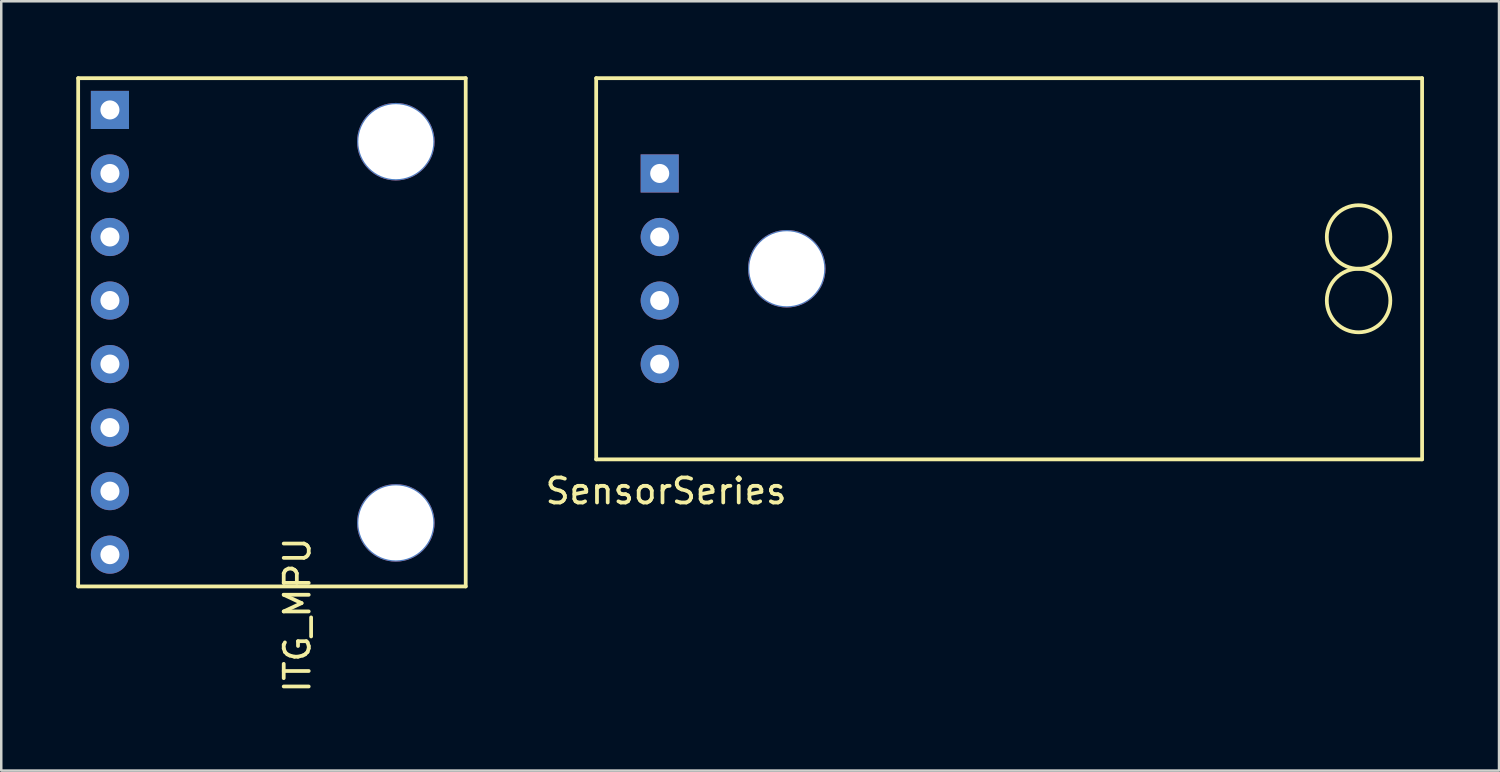
<source format=kicad_pcb>
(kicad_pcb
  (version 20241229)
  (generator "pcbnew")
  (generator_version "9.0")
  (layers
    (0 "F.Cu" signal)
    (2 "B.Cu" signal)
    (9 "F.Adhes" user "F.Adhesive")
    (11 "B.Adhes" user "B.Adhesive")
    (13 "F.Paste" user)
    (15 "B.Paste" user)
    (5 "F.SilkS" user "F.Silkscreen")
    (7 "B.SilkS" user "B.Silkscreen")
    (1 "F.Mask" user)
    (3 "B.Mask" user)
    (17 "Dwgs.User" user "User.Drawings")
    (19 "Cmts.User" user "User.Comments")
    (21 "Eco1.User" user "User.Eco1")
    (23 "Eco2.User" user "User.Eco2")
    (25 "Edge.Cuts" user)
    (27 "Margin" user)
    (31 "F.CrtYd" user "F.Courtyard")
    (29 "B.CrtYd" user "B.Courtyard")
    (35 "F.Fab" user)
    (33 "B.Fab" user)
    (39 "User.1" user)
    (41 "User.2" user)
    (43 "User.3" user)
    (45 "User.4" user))
  (footprint "SensorSeries"
    (layer "F.Cu")
    (at 23.325 8.965)
    (property "Reference" "SensorSeries" (at 0.254 7.62 0) (layer "F.SilkS") (effects (font (size 1 1) (thickness 0.15))))
    (attr through_hole)
    (fp_line (start -2.54 -8.89) (end -2.54 6.35) (stroke (width 0.15) (type solid)) (layer "F.SilkS"))
    (fp_line (start -2.54 6.35) (end 30.48 6.35) (stroke (width 0.15) (type solid)) (layer "F.SilkS"))
    (fp_line (start 30.48 -8.89) (end -2.54 -8.89) (stroke (width 0.15) (type solid)) (layer "F.SilkS"))
    (fp_line (start 30.48 6.35) (end 30.48 -8.89) (stroke (width 0.15) (type solid)) (layer "F.SilkS"))
    (fp_circle (center 27.94 -2.54) (end 27.94 -3.81) (stroke (width 0.15) (type solid)) (fill no) (layer "F.SilkS"))
    (fp_circle (center 27.94 0) (end 27.94 -1.27) (stroke (width 0.15) (type solid)) (fill no) (layer "F.SilkS"))
    (pad "" np_thru_hole circle (at 5.08 -1.27) (size 3.1 3.1) (drill 3) (layers "*.Cu" "*.Mask"))
    (pad "1" thru_hole rect (at 0 -5.08) (size 1.524 1.524) (drill 0.762) (layers "*.Cu" "*.Mask"))
    (pad "2" thru_hole circle (at 0 -2.54) (size 1.524 1.524) (drill 0.762) (layers "*.Cu" "*.Mask"))
    (pad "3" thru_hole circle (at 0 0) (size 1.524 1.524) (drill 0.762) (layers "*.Cu" "*.Mask"))
    (pad "4" thru_hole circle (at 0 2.54) (size 1.524 1.524) (drill 0.762) (layers "*.Cu" "*.Mask")))
  (footprint "ITG_MPU"
    (layer "F.Cu")
    (at 1.345 11.505)
    (property "Reference" "ITG_MPU" (at 7.493 10.033 90) (layer "F.SilkS") (effects (font (size 1 1) (thickness 0.15))))
    (attr through_hole)
    (fp_line (start -1.27 -11.43) (end -1.27 8.89) (stroke (width 0.15) (type solid)) (layer "F.SilkS"))
    (fp_line (start -1.27 8.89) (end 14.224 8.89) (stroke (width 0.15) (type solid)) (layer "F.SilkS"))
    (fp_line (start 14.224 -11.43) (end -1.27 -11.43) (stroke (width 0.15) (type solid)) (layer "F.SilkS"))
    (fp_line (start 14.224 8.89) (end 14.224 -11.43) (stroke (width 0.15) (type solid)) (layer "F.SilkS"))
    (pad "" np_thru_hole circle (at 11.43 -8.89) (size 3.1 3.1) (drill 3) (layers "*.Cu" "*.Mask"))
    (pad "" np_thru_hole circle (at 11.43 6.35) (size 3.1 3.1) (drill 3) (layers "*.Cu" "*.Mask"))
    (pad "1" thru_hole rect (at 0 -10.16) (size 1.524 1.524) (drill 0.762) (layers "*.Cu" "*.Mask"))
    (pad "2" thru_hole circle (at 0 -7.62) (size 1.524 1.524) (drill 0.762) (layers "*.Cu" "*.Mask"))
    (pad "3" thru_hole circle (at 0 -5.08) (size 1.524 1.524) (drill 0.762) (layers "*.Cu" "*.Mask"))
    (pad "4" thru_hole circle (at 0 -2.54) (size 1.524 1.524) (drill 0.762) (layers "*.Cu" "*.Mask"))
    (pad "5" thru_hole circle (at 0 0) (size 1.524 1.524) (drill 0.762) (layers "*.Cu" "*.Mask"))
    (pad "6" thru_hole circle (at 0 2.54) (size 1.524 1.524) (drill 0.762) (layers "*.Cu" "*.Mask"))
    (pad "7" thru_hole circle (at 0 5.08) (size 1.524 1.524) (drill 0.762) (layers "*.Cu" "*.Mask"))
    (pad "8" thru_hole circle (at 0 7.62) (size 1.524 1.524) (drill 0.762) (layers "*.Cu" "*.Mask")))
  (gr_rect
    (start -3 -3)
    (end 56.88 27.758)
    (stroke (width 0.1) (type default))
    (fill no)
    (layer "Edge.Cuts")))
</source>
